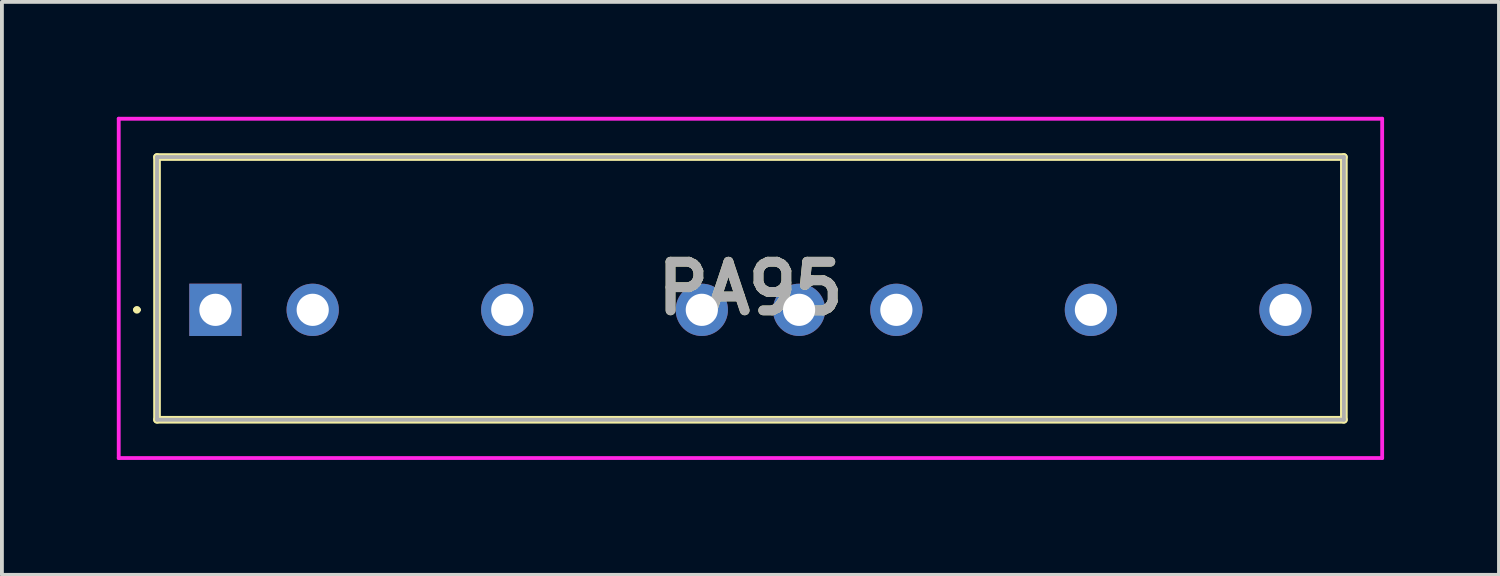
<source format=kicad_pcb>
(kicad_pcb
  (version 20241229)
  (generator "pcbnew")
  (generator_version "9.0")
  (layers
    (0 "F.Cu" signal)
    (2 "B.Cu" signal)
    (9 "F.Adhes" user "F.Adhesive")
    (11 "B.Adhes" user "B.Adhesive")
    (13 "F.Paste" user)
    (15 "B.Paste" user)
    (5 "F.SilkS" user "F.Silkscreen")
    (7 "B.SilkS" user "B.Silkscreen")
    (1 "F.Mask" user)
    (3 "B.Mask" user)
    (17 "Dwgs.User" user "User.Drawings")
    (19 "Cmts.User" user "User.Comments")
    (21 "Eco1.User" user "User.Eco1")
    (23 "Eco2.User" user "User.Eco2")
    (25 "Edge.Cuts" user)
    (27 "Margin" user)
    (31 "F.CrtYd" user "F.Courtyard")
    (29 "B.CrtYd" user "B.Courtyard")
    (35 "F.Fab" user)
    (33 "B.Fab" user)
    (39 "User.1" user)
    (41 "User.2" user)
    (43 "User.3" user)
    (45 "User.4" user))
  (footprint "PA95"
    (layer "F.Cu")
    (at 2.575 5.04)
    (property "Reference" "PA95" (at 13.97 -0.56 0) (layer "F.SilkS") (effects (font (size 1.27 1.27) (thickness 0.254))))
    (attr through_hole)
    (fp_line (start -2.1 0) (end -2.1 0) (stroke (width 0.1) (type solid)) (layer "F.SilkS"))
    (fp_line (start -2 0) (end -2 0) (stroke (width 0.1) (type solid)) (layer "F.SilkS"))
    (fp_line (start -1.525 -3.99) (end -1.525 2.87) (stroke (width 0.2) (type solid)) (layer "F.SilkS"))
    (fp_line (start -1.525 2.87) (end 29.465 2.87) (stroke (width 0.2) (type solid)) (layer "F.SilkS"))
    (fp_line (start 29.465 -3.99) (end -1.525 -3.99) (stroke (width 0.2) (type solid)) (layer "F.SilkS"))
    (fp_line (start 29.465 2.87) (end 29.465 -3.99) (stroke (width 0.2) (type solid)) (layer "F.SilkS"))
    (fp_arc (start -2.1 0) (mid -2.05 -0.05) (end -2 0) (stroke (width 0.1) (type solid)) (layer "F.SilkS"))
    (fp_arc (start -2 0) (mid -2.05 0.05) (end -2.1 0) (stroke (width 0.1) (type solid)) (layer "F.SilkS"))
    (fp_line (start -2.525 -4.99) (end 30.465 -4.99) (stroke (width 0.1) (type solid)) (layer "F.CrtYd"))
    (fp_line (start -2.525 3.87) (end -2.525 -4.99) (stroke (width 0.1) (type solid)) (layer "F.CrtYd"))
    (fp_line (start 30.465 -4.99) (end 30.465 3.87) (stroke (width 0.1) (type solid)) (layer "F.CrtYd"))
    (fp_line (start 30.465 3.87) (end -2.525 3.87) (stroke (width 0.1) (type solid)) (layer "F.CrtYd"))
    (fp_line (start -1.525 -3.99) (end 29.465 -3.99) (stroke (width 0.1) (type solid)) (layer "F.Fab"))
    (fp_line (start -1.525 2.87) (end -1.525 -3.99) (stroke (width 0.1) (type solid)) (layer "F.Fab"))
    (fp_line (start 29.465 -3.99) (end 29.465 2.87) (stroke (width 0.1) (type solid)) (layer "F.Fab"))
    (fp_line (start 29.465 2.87) (end -1.525 2.87) (stroke (width 0.1) (type solid)) (layer "F.Fab"))
    (fp_text user "${REFERENCE}" (at 13.97 -0.56 0) (layer "F.Fab") (effects (font (size 1.27 1.27) (thickness 0.254))))
    (pad "1" thru_hole rect (at 0 0) (size 1.365 1.365) (drill 0.84) (layers "*.Cu" "*.Mask"))
    (pad "2" thru_hole circle (at 2.54 0) (size 1.365 1.365) (drill 0.84) (layers "*.Cu" "*.Mask"))
    (pad "4" thru_hole circle (at 7.62 0) (size 1.365 1.365) (drill 0.84) (layers "*.Cu" "*.Mask"))
    (pad "6" thru_hole circle (at 12.7 0) (size 1.365 1.365) (drill 0.84) (layers "*.Cu" "*.Mask"))
    (pad "7" thru_hole circle (at 15.24 0) (size 1.365 1.365) (drill 0.84) (layers "*.Cu" "*.Mask"))
    (pad "8" thru_hole circle (at 17.78 0) (size 1.365 1.365) (drill 0.84) (layers "*.Cu" "*.Mask"))
    (pad "10" thru_hole circle (at 22.86 0) (size 1.365 1.365) (drill 0.84) (layers "*.Cu" "*.Mask"))
    (pad "12" thru_hole circle (at 27.94 0) (size 1.365 1.365) (drill 0.84) (layers "*.Cu" "*.Mask")))
  (gr_rect
    (start -3 -3)
    (end 36.09 11.96)
    (stroke (width 0.1) (type default))
    (fill no)
    (layer "Edge.Cuts")))
</source>
